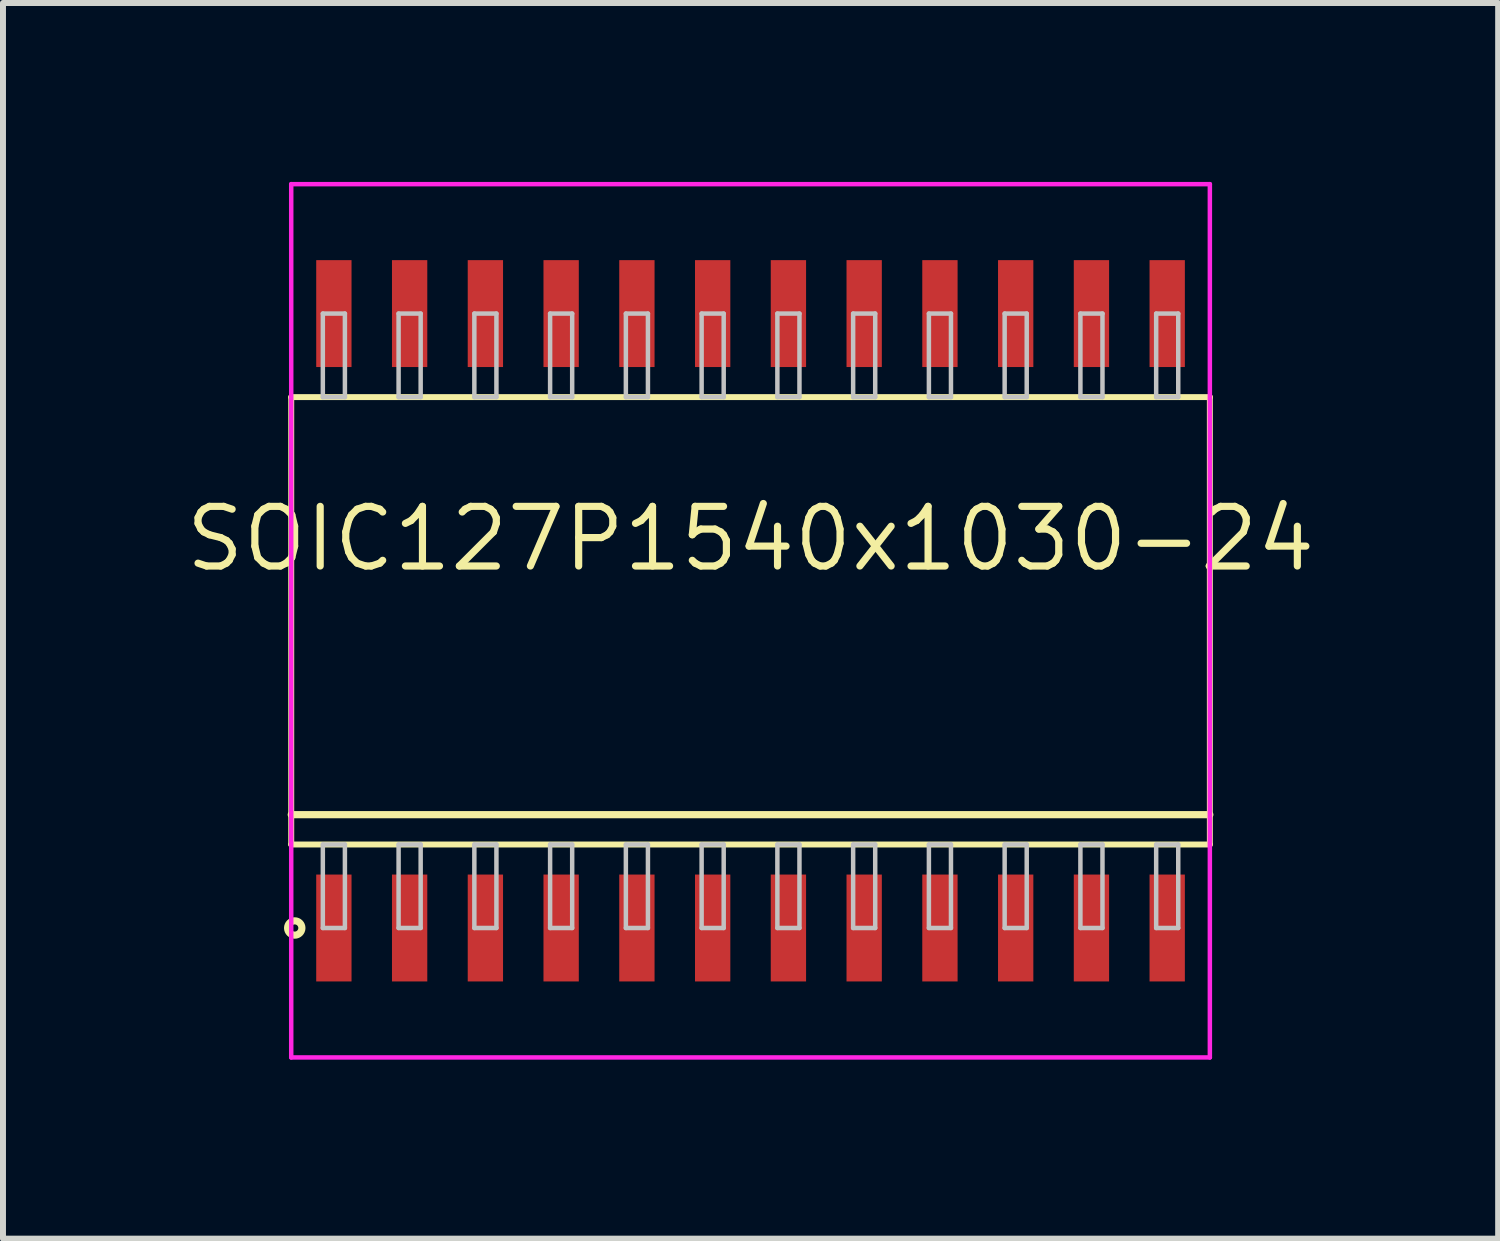
<source format=kicad_pcb>
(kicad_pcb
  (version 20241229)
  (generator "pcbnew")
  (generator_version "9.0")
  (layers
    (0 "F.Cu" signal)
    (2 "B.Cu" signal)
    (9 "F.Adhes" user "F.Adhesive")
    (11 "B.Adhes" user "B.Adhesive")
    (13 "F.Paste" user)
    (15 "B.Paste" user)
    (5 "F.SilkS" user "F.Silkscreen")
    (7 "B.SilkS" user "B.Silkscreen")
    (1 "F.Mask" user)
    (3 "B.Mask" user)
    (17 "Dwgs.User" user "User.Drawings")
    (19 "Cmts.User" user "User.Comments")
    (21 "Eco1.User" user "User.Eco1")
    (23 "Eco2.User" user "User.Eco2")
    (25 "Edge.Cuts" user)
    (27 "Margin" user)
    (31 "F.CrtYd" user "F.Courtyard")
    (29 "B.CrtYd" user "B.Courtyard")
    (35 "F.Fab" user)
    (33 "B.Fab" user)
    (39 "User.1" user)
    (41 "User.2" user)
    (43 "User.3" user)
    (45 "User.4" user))
  (footprint "SOIC127P1540x1030-24"
    (layer "F.Cu")
    (at 9.532 7.357)
    (property "Reference" "SOIC127P1540x1030-24" (at 0 -1.375 0) (layer "F.SilkS") (effects (font (size 1 1) (thickness 0.12))))
    (attr through_hole)
    (fp_line (start -7.7 -3.75) (end -7.7 3.75) (stroke (width 0.1) (type solid)) (layer "F.SilkS"))
    (fp_line (start -7.7 3.25) (end 7.7 3.25) (stroke (width 0.12) (type solid)) (layer "F.SilkS"))
    (fp_line (start -7.7 3.75) (end 7.7 3.75) (stroke (width 0.1) (type solid)) (layer "F.SilkS"))
    (fp_line (start 7.7 -3.75) (end -7.7 -3.75) (stroke (width 0.1) (type solid)) (layer "F.SilkS"))
    (fp_line (start 7.7 3.75) (end 7.7 -3.75) (stroke (width 0.1) (type solid)) (layer "F.SilkS"))
    (fp_circle (center -7.641 5.15) (end -7.521 5.15) (stroke (width 0.12) (type solid)) (fill no) (layer "F.SilkS"))
    (fp_line (start -7.17 -5.15) (end -7.17 -3.75) (stroke (width 0.075) (type solid)) (layer "Dwgs.User"))
    (fp_line (start -7.17 -3.75) (end -6.8 -3.75) (stroke (width 0.075) (type solid)) (layer "Dwgs.User"))
    (fp_line (start -7.17 3.75) (end -6.8 3.75) (stroke (width 0.075) (type solid)) (layer "Dwgs.User"))
    (fp_line (start -7.17 5.15) (end -7.17 3.75) (stroke (width 0.075) (type solid)) (layer "Dwgs.User"))
    (fp_line (start -6.8 -5.15) (end -7.17 -5.15) (stroke (width 0.075) (type solid)) (layer "Dwgs.User"))
    (fp_line (start -6.8 -3.75) (end -6.8 -5.15) (stroke (width 0.075) (type solid)) (layer "Dwgs.User"))
    (fp_line (start -6.8 3.75) (end -6.8 5.15) (stroke (width 0.075) (type solid)) (layer "Dwgs.User"))
    (fp_line (start -6.8 5.15) (end -7.17 5.15) (stroke (width 0.075) (type solid)) (layer "Dwgs.User"))
    (fp_line (start -5.9 -5.15) (end -5.9 -3.75) (stroke (width 0.075) (type solid)) (layer "Dwgs.User"))
    (fp_line (start -5.9 -3.75) (end -5.53 -3.75) (stroke (width 0.075) (type solid)) (layer "Dwgs.User"))
    (fp_line (start -5.9 3.75) (end -5.53 3.75) (stroke (width 0.075) (type solid)) (layer "Dwgs.User"))
    (fp_line (start -5.9 5.15) (end -5.9 3.75) (stroke (width 0.075) (type solid)) (layer "Dwgs.User"))
    (fp_line (start -5.53 -5.15) (end -5.9 -5.15) (stroke (width 0.075) (type solid)) (layer "Dwgs.User"))
    (fp_line (start -5.53 -3.75) (end -5.53 -5.15) (stroke (width 0.075) (type solid)) (layer "Dwgs.User"))
    (fp_line (start -5.53 3.75) (end -5.53 5.15) (stroke (width 0.075) (type solid)) (layer "Dwgs.User"))
    (fp_line (start -5.53 5.15) (end -5.9 5.15) (stroke (width 0.075) (type solid)) (layer "Dwgs.User"))
    (fp_line (start -4.63 -5.15) (end -4.63 -3.75) (stroke (width 0.075) (type solid)) (layer "Dwgs.User"))
    (fp_line (start -4.63 -3.75) (end -4.26 -3.75) (stroke (width 0.075) (type solid)) (layer "Dwgs.User"))
    (fp_line (start -4.63 3.75) (end -4.26 3.75) (stroke (width 0.075) (type solid)) (layer "Dwgs.User"))
    (fp_line (start -4.63 5.15) (end -4.63 3.75) (stroke (width 0.075) (type solid)) (layer "Dwgs.User"))
    (fp_line (start -4.26 -5.15) (end -4.63 -5.15) (stroke (width 0.075) (type solid)) (layer "Dwgs.User"))
    (fp_line (start -4.26 -3.75) (end -4.26 -5.15) (stroke (width 0.075) (type solid)) (layer "Dwgs.User"))
    (fp_line (start -4.26 3.75) (end -4.26 5.15) (stroke (width 0.075) (type solid)) (layer "Dwgs.User"))
    (fp_line (start -4.26 5.15) (end -4.63 5.15) (stroke (width 0.075) (type solid)) (layer "Dwgs.User"))
    (fp_line (start -3.36 -5.15) (end -3.36 -3.75) (stroke (width 0.075) (type solid)) (layer "Dwgs.User"))
    (fp_line (start -3.36 -3.75) (end -2.99 -3.75) (stroke (width 0.075) (type solid)) (layer "Dwgs.User"))
    (fp_line (start -3.36 3.75) (end -2.99 3.75) (stroke (width 0.075) (type solid)) (layer "Dwgs.User"))
    (fp_line (start -3.36 5.15) (end -3.36 3.75) (stroke (width 0.075) (type solid)) (layer "Dwgs.User"))
    (fp_line (start -2.99 -5.15) (end -3.36 -5.15) (stroke (width 0.075) (type solid)) (layer "Dwgs.User"))
    (fp_line (start -2.99 -3.75) (end -2.99 -5.15) (stroke (width 0.075) (type solid)) (layer "Dwgs.User"))
    (fp_line (start -2.99 3.75) (end -2.99 5.15) (stroke (width 0.075) (type solid)) (layer "Dwgs.User"))
    (fp_line (start -2.99 5.15) (end -3.36 5.15) (stroke (width 0.075) (type solid)) (layer "Dwgs.User"))
    (fp_line (start -2.09 -5.15) (end -2.09 -3.75) (stroke (width 0.075) (type solid)) (layer "Dwgs.User"))
    (fp_line (start -2.09 -3.75) (end -1.72 -3.75) (stroke (width 0.075) (type solid)) (layer "Dwgs.User"))
    (fp_line (start -2.09 3.75) (end -1.72 3.75) (stroke (width 0.075) (type solid)) (layer "Dwgs.User"))
    (fp_line (start -2.09 5.15) (end -2.09 3.75) (stroke (width 0.075) (type solid)) (layer "Dwgs.User"))
    (fp_line (start -1.72 -5.15) (end -2.09 -5.15) (stroke (width 0.075) (type solid)) (layer "Dwgs.User"))
    (fp_line (start -1.72 -3.75) (end -1.72 -5.15) (stroke (width 0.075) (type solid)) (layer "Dwgs.User"))
    (fp_line (start -1.72 3.75) (end -1.72 5.15) (stroke (width 0.075) (type solid)) (layer "Dwgs.User"))
    (fp_line (start -1.72 5.15) (end -2.09 5.15) (stroke (width 0.075) (type solid)) (layer "Dwgs.User"))
    (fp_line (start -0.82 -5.15) (end -0.82 -3.75) (stroke (width 0.075) (type solid)) (layer "Dwgs.User"))
    (fp_line (start -0.82 -3.75) (end -0.45 -3.75) (stroke (width 0.075) (type solid)) (layer "Dwgs.User"))
    (fp_line (start -0.82 3.75) (end -0.45 3.75) (stroke (width 0.075) (type solid)) (layer "Dwgs.User"))
    (fp_line (start -0.82 5.15) (end -0.82 3.75) (stroke (width 0.075) (type solid)) (layer "Dwgs.User"))
    (fp_line (start -0.45 -5.15) (end -0.82 -5.15) (stroke (width 0.075) (type solid)) (layer "Dwgs.User"))
    (fp_line (start -0.45 -3.75) (end -0.45 -5.15) (stroke (width 0.075) (type solid)) (layer "Dwgs.User"))
    (fp_line (start -0.45 3.75) (end -0.45 5.15) (stroke (width 0.075) (type solid)) (layer "Dwgs.User"))
    (fp_line (start -0.45 5.15) (end -0.82 5.15) (stroke (width 0.075) (type solid)) (layer "Dwgs.User"))
    (fp_line (start 0.45 -5.15) (end 0.45 -3.75) (stroke (width 0.075) (type solid)) (layer "Dwgs.User"))
    (fp_line (start 0.45 -3.75) (end 0.82 -3.75) (stroke (width 0.075) (type solid)) (layer "Dwgs.User"))
    (fp_line (start 0.45 3.75) (end 0.82 3.75) (stroke (width 0.075) (type solid)) (layer "Dwgs.User"))
    (fp_line (start 0.45 5.15) (end 0.45 3.75) (stroke (width 0.075) (type solid)) (layer "Dwgs.User"))
    (fp_line (start 0.82 -5.15) (end 0.45 -5.15) (stroke (width 0.075) (type solid)) (layer "Dwgs.User"))
    (fp_line (start 0.82 -3.75) (end 0.82 -5.15) (stroke (width 0.075) (type solid)) (layer "Dwgs.User"))
    (fp_line (start 0.82 3.75) (end 0.82 5.15) (stroke (width 0.075) (type solid)) (layer "Dwgs.User"))
    (fp_line (start 0.82 5.15) (end 0.45 5.15) (stroke (width 0.075) (type solid)) (layer "Dwgs.User"))
    (fp_line (start 1.72 -5.15) (end 1.72 -3.75) (stroke (width 0.075) (type solid)) (layer "Dwgs.User"))
    (fp_line (start 1.72 -3.75) (end 2.09 -3.75) (stroke (width 0.075) (type solid)) (layer "Dwgs.User"))
    (fp_line (start 1.72 3.75) (end 2.09 3.75) (stroke (width 0.075) (type solid)) (layer "Dwgs.User"))
    (fp_line (start 1.72 5.15) (end 1.72 3.75) (stroke (width 0.075) (type solid)) (layer "Dwgs.User"))
    (fp_line (start 2.09 -5.15) (end 1.72 -5.15) (stroke (width 0.075) (type solid)) (layer "Dwgs.User"))
    (fp_line (start 2.09 -3.75) (end 2.09 -5.15) (stroke (width 0.075) (type solid)) (layer "Dwgs.User"))
    (fp_line (start 2.09 3.75) (end 2.09 5.15) (stroke (width 0.075) (type solid)) (layer "Dwgs.User"))
    (fp_line (start 2.09 5.15) (end 1.72 5.15) (stroke (width 0.075) (type solid)) (layer "Dwgs.User"))
    (fp_line (start 2.99 -5.15) (end 2.99 -3.75) (stroke (width 0.075) (type solid)) (layer "Dwgs.User"))
    (fp_line (start 2.99 -3.75) (end 3.36 -3.75) (stroke (width 0.075) (type solid)) (layer "Dwgs.User"))
    (fp_line (start 2.99 3.75) (end 3.36 3.75) (stroke (width 0.075) (type solid)) (layer "Dwgs.User"))
    (fp_line (start 2.99 5.15) (end 2.99 3.75) (stroke (width 0.075) (type solid)) (layer "Dwgs.User"))
    (fp_line (start 3.36 -5.15) (end 2.99 -5.15) (stroke (width 0.075) (type solid)) (layer "Dwgs.User"))
    (fp_line (start 3.36 -3.75) (end 3.36 -5.15) (stroke (width 0.075) (type solid)) (layer "Dwgs.User"))
    (fp_line (start 3.36 3.75) (end 3.36 5.15) (stroke (width 0.075) (type solid)) (layer "Dwgs.User"))
    (fp_line (start 3.36 5.15) (end 2.99 5.15) (stroke (width 0.075) (type solid)) (layer "Dwgs.User"))
    (fp_line (start 4.26 -5.15) (end 4.26 -3.75) (stroke (width 0.075) (type solid)) (layer "Dwgs.User"))
    (fp_line (start 4.26 -3.75) (end 4.63 -3.75) (stroke (width 0.075) (type solid)) (layer "Dwgs.User"))
    (fp_line (start 4.26 3.75) (end 4.63 3.75) (stroke (width 0.075) (type solid)) (layer "Dwgs.User"))
    (fp_line (start 4.26 5.15) (end 4.26 3.75) (stroke (width 0.075) (type solid)) (layer "Dwgs.User"))
    (fp_line (start 4.63 -5.15) (end 4.26 -5.15) (stroke (width 0.075) (type solid)) (layer "Dwgs.User"))
    (fp_line (start 4.63 -3.75) (end 4.63 -5.15) (stroke (width 0.075) (type solid)) (layer "Dwgs.User"))
    (fp_line (start 4.63 3.75) (end 4.63 5.15) (stroke (width 0.075) (type solid)) (layer "Dwgs.User"))
    (fp_line (start 4.63 5.15) (end 4.26 5.15) (stroke (width 0.075) (type solid)) (layer "Dwgs.User"))
    (fp_line (start 5.53 -5.15) (end 5.53 -3.75) (stroke (width 0.075) (type solid)) (layer "Dwgs.User"))
    (fp_line (start 5.53 -3.75) (end 5.9 -3.75) (stroke (width 0.075) (type solid)) (layer "Dwgs.User"))
    (fp_line (start 5.53 3.75) (end 5.9 3.75) (stroke (width 0.075) (type solid)) (layer "Dwgs.User"))
    (fp_line (start 5.53 5.15) (end 5.53 3.75) (stroke (width 0.075) (type solid)) (layer "Dwgs.User"))
    (fp_line (start 5.9 -5.15) (end 5.53 -5.15) (stroke (width 0.075) (type solid)) (layer "Dwgs.User"))
    (fp_line (start 5.9 -3.75) (end 5.9 -5.15) (stroke (width 0.075) (type solid)) (layer "Dwgs.User"))
    (fp_line (start 5.9 3.75) (end 5.9 5.15) (stroke (width 0.075) (type solid)) (layer "Dwgs.User"))
    (fp_line (start 5.9 5.15) (end 5.53 5.15) (stroke (width 0.075) (type solid)) (layer "Dwgs.User"))
    (fp_line (start 6.8 -5.15) (end 6.8 -3.75) (stroke (width 0.075) (type solid)) (layer "Dwgs.User"))
    (fp_line (start 6.8 -3.75) (end 7.17 -3.75) (stroke (width 0.075) (type solid)) (layer "Dwgs.User"))
    (fp_line (start 6.8 3.75) (end 7.17 3.75) (stroke (width 0.075) (type solid)) (layer "Dwgs.User"))
    (fp_line (start 6.8 5.15) (end 6.8 3.75) (stroke (width 0.075) (type solid)) (layer "Dwgs.User"))
    (fp_line (start 7.17 -5.15) (end 6.8 -5.15) (stroke (width 0.075) (type solid)) (layer "Dwgs.User"))
    (fp_line (start 7.17 -3.75) (end 7.17 -5.15) (stroke (width 0.075) (type solid)) (layer "Dwgs.User"))
    (fp_line (start 7.17 3.75) (end 7.17 5.15) (stroke (width 0.075) (type solid)) (layer "Dwgs.User"))
    (fp_line (start 7.17 5.15) (end 6.8 5.15) (stroke (width 0.075) (type solid)) (layer "Dwgs.User"))
    (fp_line (start -0.75 0) (end 0.75 0) (stroke (width 0.12) (type solid)) (layer "Eco1.User"))
    (fp_line (start 0 -0.75) (end 0 0.75) (stroke (width 0.12) (type solid)) (layer "Eco1.User"))
    (fp_circle (center 0 0) (end 0.5 0) (stroke (width 0.12) (type solid)) (fill no) (layer "Eco1.User"))
    (fp_line (start -7.7 -7.32) (end -7.7 7.32) (stroke (width 0.075) (type solid)) (layer "F.CrtYd"))
    (fp_line (start -7.7 7.32) (end 7.7 7.32) (stroke (width 0.075) (type solid)) (layer "F.CrtYd"))
    (fp_line (start 7.7 -7.32) (end -7.7 -7.32) (stroke (width 0.075) (type solid)) (layer "F.CrtYd"))
    (fp_line (start 7.7 7.32) (end 7.7 -7.32) (stroke (width 0.075) (type solid)) (layer "F.CrtYd"))
    (pad "1" smd rect (at -6.985 5.15) (size 0.592 1.792) (layers "F.Cu" "F.Mask" "F.Paste"))
    (pad "2" smd rect (at -5.715 5.15) (size 0.592 1.792) (layers "F.Cu" "F.Mask" "F.Paste"))
    (pad "3" smd rect (at -4.445 5.15) (size 0.592 1.792) (layers "F.Cu" "F.Mask" "F.Paste"))
    (pad "4" smd rect (at -3.175 5.15) (size 0.592 1.792) (layers "F.Cu" "F.Mask" "F.Paste"))
    (pad "5" smd rect (at -1.905 5.15) (size 0.592 1.792) (layers "F.Cu" "F.Mask" "F.Paste"))
    (pad "6" smd rect (at -0.635 5.15) (size 0.592 1.792) (layers "F.Cu" "F.Mask" "F.Paste"))
    (pad "7" smd rect (at 0.635 5.15) (size 0.592 1.792) (layers "F.Cu" "F.Mask" "F.Paste"))
    (pad "8" smd rect (at 1.905 5.15) (size 0.592 1.792) (layers "F.Cu" "F.Mask" "F.Paste"))
    (pad "9" smd rect (at 3.175 5.15) (size 0.592 1.792) (layers "F.Cu" "F.Mask" "F.Paste"))
    (pad "10" smd rect (at 4.445 5.15) (size 0.592 1.792) (layers "F.Cu" "F.Mask" "F.Paste"))
    (pad "11" smd rect (at 5.715 5.15) (size 0.592 1.792) (layers "F.Cu" "F.Mask" "F.Paste"))
    (pad "12" smd rect (at 6.985 5.15) (size 0.592 1.792) (layers "F.Cu" "F.Mask" "F.Paste"))
    (pad "13" smd rect (at 6.985 -5.15) (size 0.592 1.792) (layers "F.Cu" "F.Mask" "F.Paste"))
    (pad "14" smd rect (at 5.715 -5.15) (size 0.592 1.792) (layers "F.Cu" "F.Mask" "F.Paste"))
    (pad "15" smd rect (at 4.445 -5.15) (size 0.592 1.792) (layers "F.Cu" "F.Mask" "F.Paste"))
    (pad "16" smd rect (at 3.175 -5.15) (size 0.592 1.792) (layers "F.Cu" "F.Mask" "F.Paste"))
    (pad "17" smd rect (at 1.905 -5.15) (size 0.592 1.792) (layers "F.Cu" "F.Mask" "F.Paste"))
    (pad "18" smd rect (at 0.635 -5.15) (size 0.592 1.792) (layers "F.Cu" "F.Mask" "F.Paste"))
    (pad "19" smd rect (at -0.635 -5.15) (size 0.592 1.792) (layers "F.Cu" "F.Mask" "F.Paste"))
    (pad "20" smd rect (at -1.905 -5.15) (size 0.592 1.792) (layers "F.Cu" "F.Mask" "F.Paste"))
    (pad "21" smd rect (at -3.175 -5.15) (size 0.592 1.792) (layers "F.Cu" "F.Mask" "F.Paste"))
    (pad "22" smd rect (at -4.445 -5.15) (size 0.592 1.792) (layers "F.Cu" "F.Mask" "F.Paste"))
    (pad "23" smd rect (at -5.715 -5.15) (size 0.592 1.792) (layers "F.Cu" "F.Mask" "F.Paste"))
    (pad "24" smd rect (at -6.985 -5.15) (size 0.592 1.792) (layers "F.Cu" "F.Mask" "F.Paste")))
  (gr_rect
    (start -3 -3)
    (end 22.065 17.715)
    (stroke (width 0.1) (type default))
    (fill no)
    (layer "Edge.Cuts")))
</source>
